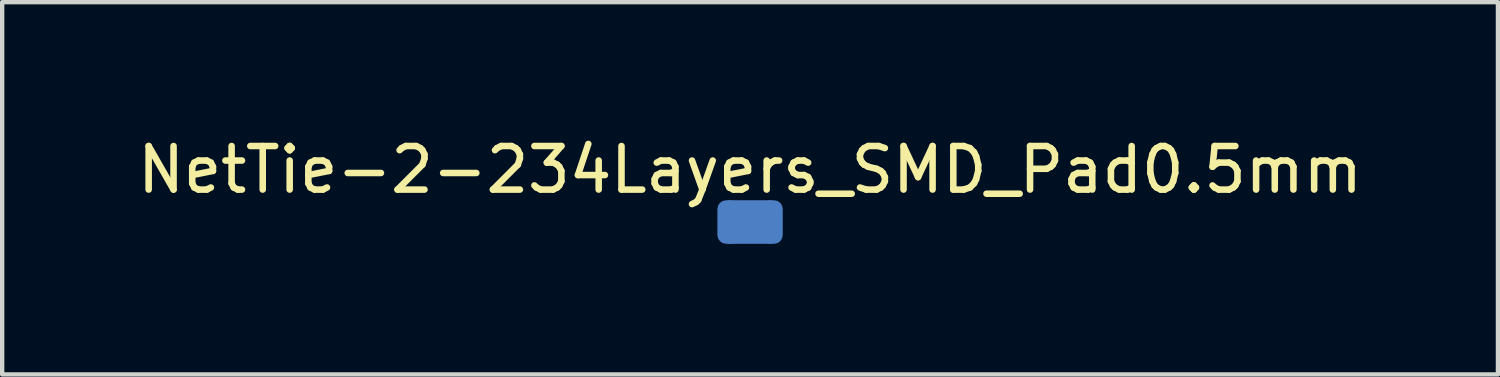
<source format=kicad_pcb>
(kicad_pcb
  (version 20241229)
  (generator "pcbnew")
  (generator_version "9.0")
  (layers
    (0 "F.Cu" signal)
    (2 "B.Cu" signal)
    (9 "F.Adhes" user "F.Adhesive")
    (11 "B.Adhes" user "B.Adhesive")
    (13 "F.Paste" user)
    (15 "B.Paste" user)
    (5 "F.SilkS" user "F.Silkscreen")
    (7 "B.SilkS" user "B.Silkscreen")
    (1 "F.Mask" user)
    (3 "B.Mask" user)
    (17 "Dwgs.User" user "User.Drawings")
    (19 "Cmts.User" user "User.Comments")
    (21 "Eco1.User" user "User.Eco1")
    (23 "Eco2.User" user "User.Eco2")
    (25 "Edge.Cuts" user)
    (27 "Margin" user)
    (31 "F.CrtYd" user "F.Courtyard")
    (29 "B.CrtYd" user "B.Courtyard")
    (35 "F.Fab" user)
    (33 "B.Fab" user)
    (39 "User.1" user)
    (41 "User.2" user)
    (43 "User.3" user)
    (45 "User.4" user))
  (footprint "NetTie-2-234Layers_SMD_Pad0.5mm"
    (layer "F.Cu")
    (at 14.173 2.048)
    (property "Reference" "NetTie-2-234Layers_SMD_Pad0.5mm" (at 0 -1.2 0) (layer "F.SilkS") (effects (font (size 1 1) (thickness 0.15))))
    (attr exclude_from_pos_files exclude_from_bom)
    (fp_poly (pts (xy -0.5 -0.5) (xy 0.5 -0.5) (xy 0.5 0.5) (xy -0.5 0.5)) (stroke (width 0) (type solid)) (fill yes) (layer "B.Cu"))
    (fp_poly (pts (xy -0.5 -0.5) (xy 0.5 -0.5) (xy 0.5 0.5) (xy -0.5 0.5)) (stroke (width 0) (type solid)) (fill yes) (layer "In1.Cu"))
    (fp_poly (pts (xy -0.5 -0.5) (xy 0.5 -0.5) (xy 0.5 0.5) (xy -0.5 0.5)) (stroke (width 0) (type solid)) (fill yes) (layer "In2.Cu"))
    (pad "1" smd roundrect (at -0.5 0) (size 0.5 1) (layers "B.Cu") (roundrect_rratio 0.4))
    (pad "1" smd roundrect (at -0.5 0) (size 0.5 1) (layers "In1.Cu") (roundrect_rratio 0.4))
    (pad "1" smd roundrect (at -0.5 0) (size 0.5 1) (layers "In2.Cu") (roundrect_rratio 0.4))
    (pad "2" smd roundrect (at 0.5 0) (size 0.5 1) (layers "B.Cu") (roundrect_rratio 0.4))
    (pad "2" smd roundrect (at 0.5 0) (size 0.5 1) (layers "In1.Cu") (roundrect_rratio 0.4))
    (pad "2" smd roundrect (at 0.5 0) (size 0.5 1) (layers "In2.Cu") (roundrect_rratio 0.4)))
  (gr_rect
    (start -3 -3)
    (end 31.345 5.548)
    (stroke (width 0.1) (type default))
    (fill no)
    (layer "Edge.Cuts")))
</source>
